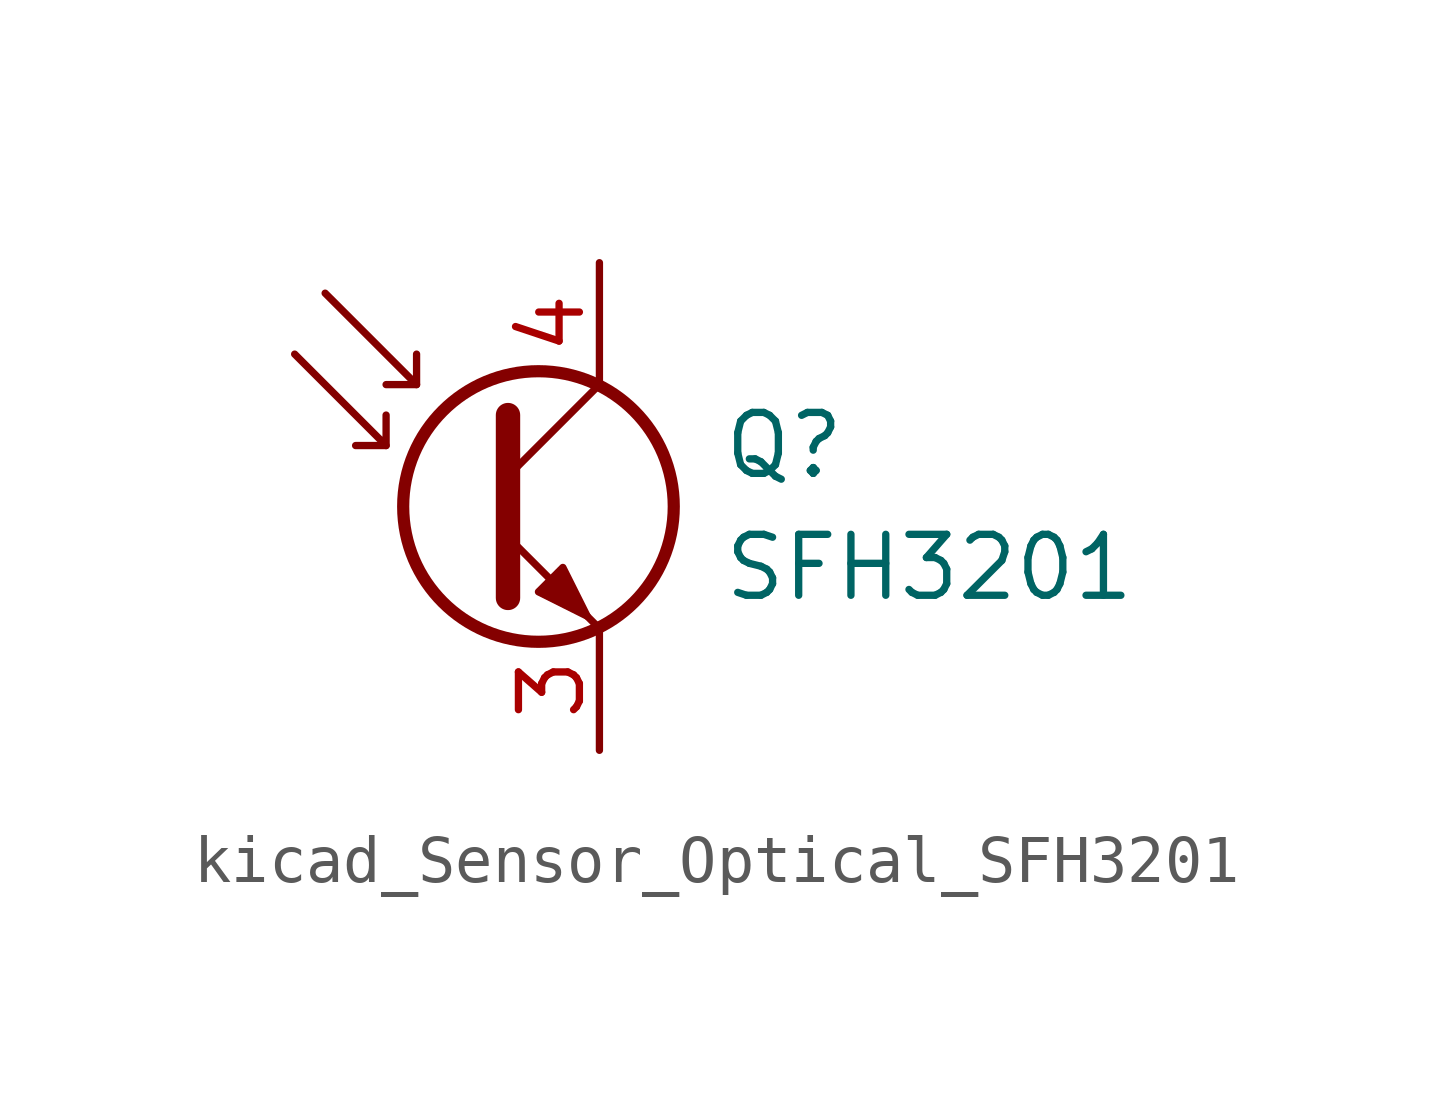
<source format=kicad_sym>
(kicad_symbol_lib
  (version 20220914)
  (generator kicad_symbol_editor)
  (symbol "kicad_Sensor_Optical_SFH3201"
    (pin_names hide)
    (property "Reference" "Q"
      (at 2.54 1.27 0)
      (effects (font (size 1.27 1.27)) (justify left)))
    (property "Value" "SFH3201"
      (at 2.54 -1.27 0)
      (effects (font (size 1.27 1.27)) (justify left)))
    (symbol "kicad_Sensor_Optical_SFH3201_0_1"
      (circle (center -1.27 0) (radius 2.819) (stroke (width 0.254) (type default)) (fill (type none)))
      (polyline (pts (xy -4.445 1.27) (xy -5.08 1.27)) (stroke (width 0) (type default)) (fill (type none)))
      (polyline (pts (xy -3.81 2.54) (xy -4.445 2.54)) (stroke (width 0) (type default)) (fill (type none)))
      (polyline (pts (xy -1.905 0.635) (xy 0 2.54)) (stroke (width 0) (type default)) (fill (type none)))
      (polyline (pts (xy -6.35 3.175) (xy -4.445 1.27) (xy -4.445 1.905)) (stroke (width 0) (type default)) (fill (type none)))
      (polyline (pts (xy -5.715 4.445) (xy -3.81 2.54) (xy -3.81 3.175)) (stroke (width 0) (type default)) (fill (type none)))
      (polyline (pts (xy -1.905 -0.635) (xy 0 -2.54) (xy 0 -2.54)) (stroke (width 0) (type default)) (fill (type none)))
      (polyline (pts (xy -1.905 1.905) (xy -1.905 -1.905) (xy -1.905 -1.905)) (stroke (width 0.508) (type default)) (fill (type none)))
      (polyline (pts (xy -1.27 -1.778) (xy -0.762 -1.27) (xy -0.254 -2.286) (xy -1.27 -1.778) (xy -1.27 -1.778)) (stroke (width 0) (type default)) (fill (type outline))))
    (symbol "kicad_Sensor_Optical_SFH3201_1_1"
      (pin passive line (at 0 -5.08 90) (length 2.54) (name "E" (effects (font (size 1.27 1.27)))) (number "3" (effects (font (size 1.27 1.27)))))
      (pin passive line (at 0 5.08 270) (length 2.54) (name "C" (effects (font (size 1.27 1.27)))) (number "4" (effects (font (size 1.27 1.27))))))))
</source>
